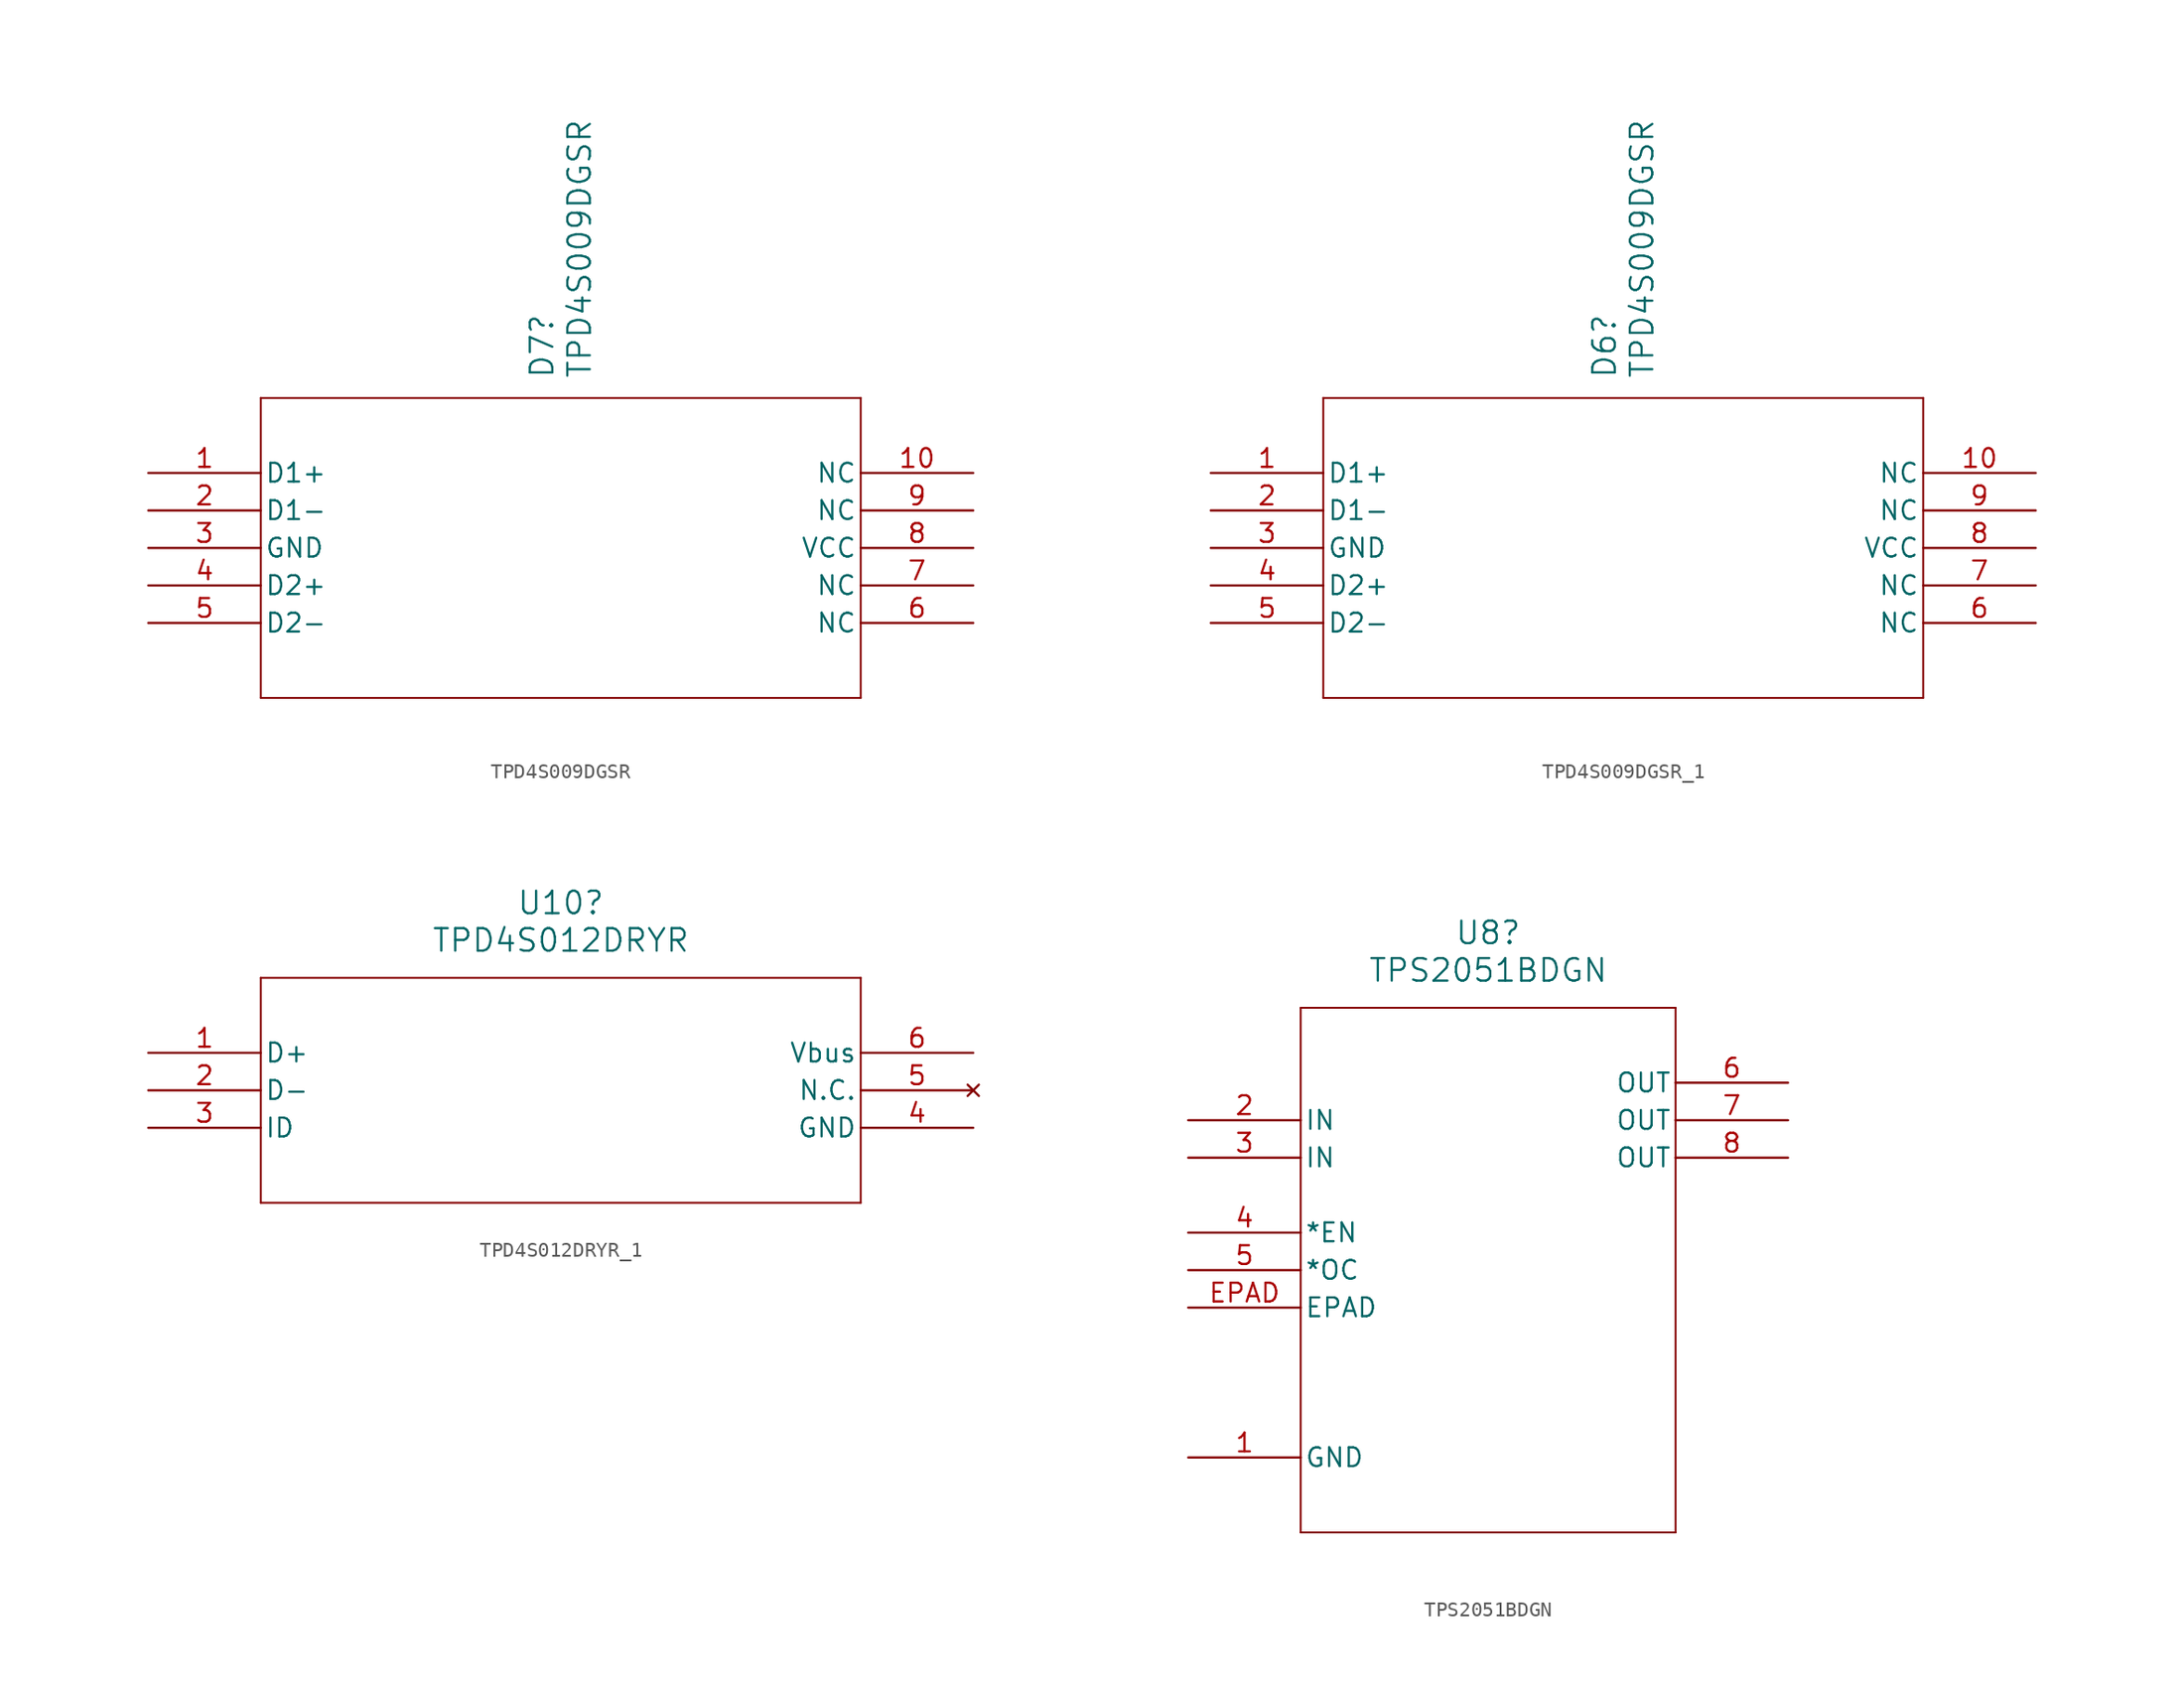
<source format=kicad_sym>
(kicad_symbol_lib
  (version 20231120)
  (generator "kicad_symbol_editor")
  (generator_version "8.0")
  (symbol "TPD4S009DGSR"
    (pin_names
      (offset 0.254))
    (property "Reference" "D7"
      (at 26.67 6.35 90)
      (effects (font (size 1.524 1.524)) (justify left)))
    (property "Value" "TPD4S009DGSR"
      (at 29.21 6.35 90)
      (effects (font (size 1.524 1.524)) (justify left)))
    (property "ki_locked" ""
      (at 0 0 0)
      (effects (font (size 1.27 1.27))))
    (symbol "TPD4S009DGSR_0_1"
      (polyline (pts (xy 7.62 -15.24) (xy 48.26 -15.24)) (stroke (width 0.127) (type default)) (fill (type none)))
      (polyline (pts (xy 7.62 5.08) (xy 7.62 -15.24)) (stroke (width 0.127) (type default)) (fill (type none)))
      (polyline (pts (xy 48.26 -15.24) (xy 48.26 5.08)) (stroke (width 0.127) (type default)) (fill (type none)))
      (polyline (pts (xy 48.26 5.08) (xy 7.62 5.08)) (stroke (width 0.127) (type default)) (fill (type none)))
      (pin unspecified line (at 55.88 0 180) (length 7.62) (name "NC" (effects (font (size 1.27 1.27)))) (number "10" (effects (font (size 1.27 1.27)))))
      (pin power_in line (at 0 -5.08 0) (length 7.62) (name "GND" (effects (font (size 1.27 1.27)))) (number "3" (effects (font (size 1.27 1.27)))))
      (pin unspecified line (at 55.88 -10.16 180) (length 7.62) (name "NC" (effects (font (size 1.27 1.27)))) (number "6" (effects (font (size 1.27 1.27)))))
      (pin unspecified line (at 55.88 -7.62 180) (length 7.62) (name "NC" (effects (font (size 1.27 1.27)))) (number "7" (effects (font (size 1.27 1.27)))))
      (pin power_in line (at 55.88 -5.08 180) (length 7.62) (name "VCC" (effects (font (size 1.27 1.27)))) (number "8" (effects (font (size 1.27 1.27)))))
      (pin unspecified line (at 55.88 -2.54 180) (length 7.62) (name "NC" (effects (font (size 1.27 1.27)))) (number "9" (effects (font (size 1.27 1.27))))))
    (symbol "TPD4S009DGSR_1_1"
      (pin bidirectional line (at 0 0 0) (length 7.62) (name "D1+" (effects (font (size 1.27 1.27)))) (number "1" (effects (font (size 1.27 1.27)))))
      (pin bidirectional line (at 0 -2.54 0) (length 7.62) (name "D1-" (effects (font (size 1.27 1.27)))) (number "2" (effects (font (size 1.27 1.27)))))
      (pin bidirectional line (at 0 -7.62 0) (length 7.62) (name "D2+" (effects (font (size 1.27 1.27)))) (number "4" (effects (font (size 1.27 1.27)))))
      (pin bidirectional line (at 0 -10.16 0) (length 7.62) (name "D2-" (effects (font (size 1.27 1.27)))) (number "5" (effects (font (size 1.27 1.27)))))))
  (symbol "TPD4S009DGSR_1"
    (pin_names
      (offset 0.254))
    (property "Reference" "D6"
      (at 26.67 6.35 90)
      (effects (font (size 1.524 1.524)) (justify left)))
    (property "Value" "TPD4S009DGSR"
      (at 29.21 6.35 90)
      (effects (font (size 1.524 1.524)) (justify left)))
    (property "ki_locked" ""
      (at 0 0 0)
      (effects (font (size 1.27 1.27))))
    (symbol "TPD4S009DGSR_1_0_1"
      (polyline (pts (xy 7.62 -15.24) (xy 48.26 -15.24)) (stroke (width 0.127) (type default)) (fill (type none)))
      (polyline (pts (xy 7.62 5.08) (xy 7.62 -15.24)) (stroke (width 0.127) (type default)) (fill (type none)))
      (polyline (pts (xy 48.26 -15.24) (xy 48.26 5.08)) (stroke (width 0.127) (type default)) (fill (type none)))
      (polyline (pts (xy 48.26 5.08) (xy 7.62 5.08)) (stroke (width 0.127) (type default)) (fill (type none)))
      (pin unspecified line (at 55.88 0 180) (length 7.62) (name "NC" (effects (font (size 1.27 1.27)))) (number "10" (effects (font (size 1.27 1.27)))))
      (pin power_in line (at 0 -5.08 0) (length 7.62) (name "GND" (effects (font (size 1.27 1.27)))) (number "3" (effects (font (size 1.27 1.27)))))
      (pin unspecified line (at 55.88 -10.16 180) (length 7.62) (name "NC" (effects (font (size 1.27 1.27)))) (number "6" (effects (font (size 1.27 1.27)))))
      (pin unspecified line (at 55.88 -7.62 180) (length 7.62) (name "NC" (effects (font (size 1.27 1.27)))) (number "7" (effects (font (size 1.27 1.27)))))
      (pin power_in line (at 55.88 -5.08 180) (length 7.62) (name "VCC" (effects (font (size 1.27 1.27)))) (number "8" (effects (font (size 1.27 1.27)))))
      (pin unspecified line (at 55.88 -2.54 180) (length 7.62) (name "NC" (effects (font (size 1.27 1.27)))) (number "9" (effects (font (size 1.27 1.27))))))
    (symbol "TPD4S009DGSR_1_1_1"
      (pin bidirectional line (at 0 0 0) (length 7.62) (name "D1+" (effects (font (size 1.27 1.27)))) (number "1" (effects (font (size 1.27 1.27)))))
      (pin bidirectional line (at 0 -2.54 0) (length 7.62) (name "D1-" (effects (font (size 1.27 1.27)))) (number "2" (effects (font (size 1.27 1.27)))))
      (pin bidirectional line (at 0 -7.62 0) (length 7.62) (name "D2+" (effects (font (size 1.27 1.27)))) (number "4" (effects (font (size 1.27 1.27)))))
      (pin bidirectional line (at 0 -10.16 0) (length 7.62) (name "D2-" (effects (font (size 1.27 1.27)))) (number "5" (effects (font (size 1.27 1.27)))))))
  (symbol "TPD4S012DRYR_1"
    (pin_names
      (offset 0.254))
    (property "Reference" "U10"
      (at 27.94 10.16 0)
      (effects (font (size 1.524 1.524))))
    (property "Value" "TPD4S012DRYR"
      (at 27.94 7.62 0)
      (effects (font (size 1.524 1.524))))
    (property "ki_locked" ""
      (at 0 0 0)
      (effects (font (size 1.27 1.27))))
    (symbol "TPD4S012DRYR_1_0_1"
      (polyline (pts (xy 7.62 -10.16) (xy 48.26 -10.16)) (stroke (width 0.127) (type default)) (fill (type none)))
      (polyline (pts (xy 7.62 5.08) (xy 7.62 -10.16)) (stroke (width 0.127) (type default)) (fill (type none)))
      (polyline (pts (xy 48.26 -10.16) (xy 48.26 5.08)) (stroke (width 0.127) (type default)) (fill (type none)))
      (polyline (pts (xy 48.26 5.08) (xy 7.62 5.08)) (stroke (width 0.127) (type default)) (fill (type none)))
      (pin power_in line (at 55.88 -5.08 180) (length 7.62) (name "GND" (effects (font (size 1.27 1.27)))) (number "4" (effects (font (size 1.27 1.27)))))
      (pin no_connect line (at 55.88 -2.54 180) (length 7.62) (name "N.C." (effects (font (size 1.27 1.27)))) (number "5" (effects (font (size 1.27 1.27))))))
    (symbol "TPD4S012DRYR_1_1_1"
      (pin bidirectional line (at 0 0 0) (length 7.62) (name "D+" (effects (font (size 1.27 1.27)))) (number "1" (effects (font (size 1.27 1.27)))))
      (pin bidirectional line (at 0 -2.54 0) (length 7.62) (name "D-" (effects (font (size 1.27 1.27)))) (number "2" (effects (font (size 1.27 1.27)))))
      (pin input line (at 0 -5.08 0) (length 7.62) (name "ID" (effects (font (size 1.27 1.27)))) (number "3" (effects (font (size 1.27 1.27)))))
      (pin power_in line (at 55.88 0 180) (length 7.62) (name "Vbus" (effects (font (size 1.27 1.27)))) (number "6" (effects (font (size 1.27 1.27)))))))
  (symbol "TPS2051BDGN"
    (pin_names
      (offset 0.254))
    (property "Reference" "U8"
      (at 20.32 12.7 0)
      (effects (font (size 1.524 1.524))))
    (property "Value" "TPS2051BDGN"
      (at 20.32 10.16 0)
      (effects (font (size 1.524 1.524))))
    (property "ki_locked" ""
      (at 0 0 0)
      (effects (font (size 1.27 1.27))))
    (symbol "TPS2051BDGN_0_1"
      (polyline (pts (xy 7.62 -27.94) (xy 33.02 -27.94)) (stroke (width 0.127) (type default)) (fill (type none)))
      (polyline (pts (xy 7.62 7.62) (xy 7.62 -27.94)) (stroke (width 0.127) (type default)) (fill (type none)))
      (polyline (pts (xy 33.02 -27.94) (xy 33.02 7.62)) (stroke (width 0.127) (type default)) (fill (type none)))
      (polyline (pts (xy 33.02 7.62) (xy 7.62 7.62)) (stroke (width 0.127) (type default)) (fill (type none)))
      (pin power_in line (at 0 -22.86 0) (length 7.62) (name "GND" (effects (font (size 1.27 1.27)))) (number "1" (effects (font (size 1.27 1.27)))))
      (pin input line (at 0 0 0) (length 7.62) (name "IN" (effects (font (size 1.27 1.27)))) (number "2" (effects (font (size 1.27 1.27)))))
      (pin input line (at 0 -2.54 0) (length 7.62) (name "IN" (effects (font (size 1.27 1.27)))) (number "3" (effects (font (size 1.27 1.27)))))
      (pin output line (at 40.64 2.54 180) (length 7.62) (name "OUT" (effects (font (size 1.27 1.27)))) (number "6" (effects (font (size 1.27 1.27)))))
      (pin output line (at 40.64 0 180) (length 7.62) (name "OUT" (effects (font (size 1.27 1.27)))) (number "7" (effects (font (size 1.27 1.27)))))
      (pin output line (at 40.64 -2.54 180) (length 7.62) (name "OUT" (effects (font (size 1.27 1.27)))) (number "8" (effects (font (size 1.27 1.27))))))
    (symbol "TPS2051BDGN_1_1"
      (pin input line (at 0 -7.62 0) (length 7.62) (name "*EN" (effects (font (size 1.27 1.27)))) (number "4" (effects (font (size 1.27 1.27)))))
      (pin input line (at 0 -10.16 0) (length 7.62) (name "*OC" (effects (font (size 1.27 1.27)))) (number "5" (effects (font (size 1.27 1.27)))))
      (pin power_in line (at 0 -12.7 0) (length 7.62) (name "EPAD" (effects (font (size 1.27 1.27)))) (number "EPAD" (effects (font (size 1.27 1.27))))))))
</source>
